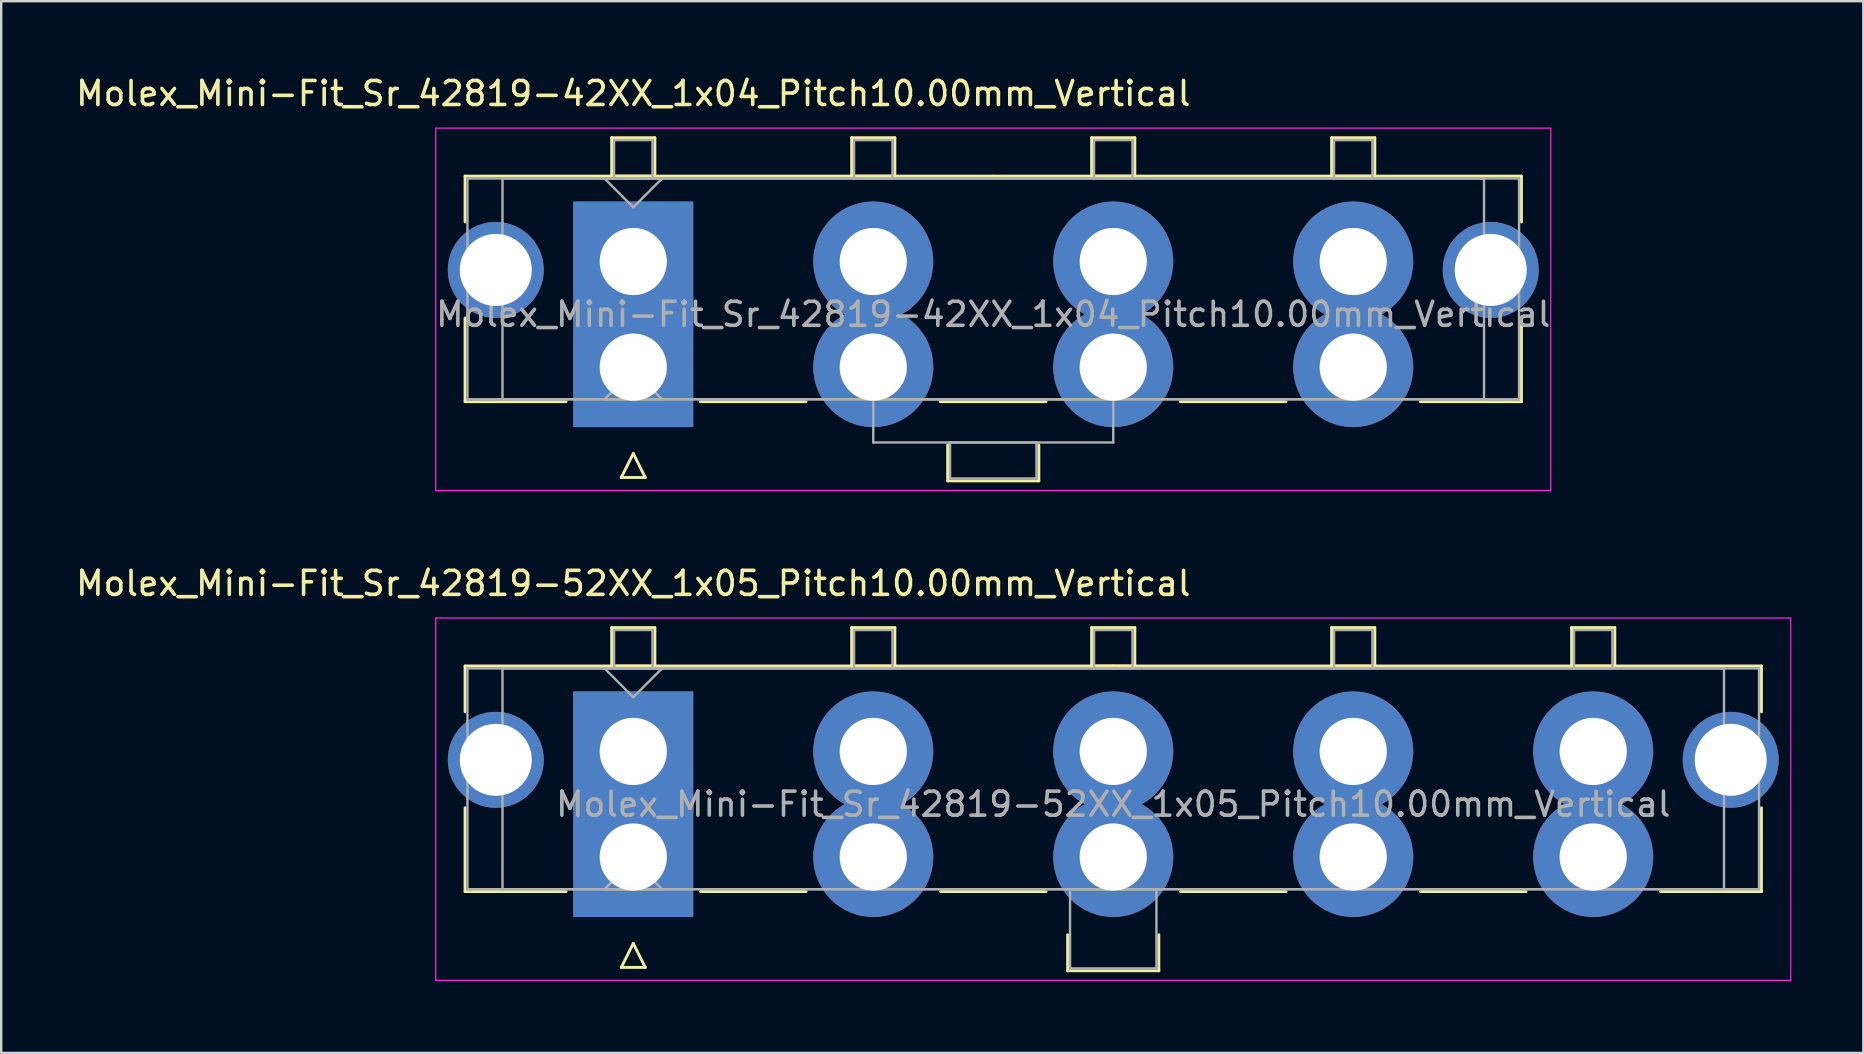
<source format=kicad_pcb>
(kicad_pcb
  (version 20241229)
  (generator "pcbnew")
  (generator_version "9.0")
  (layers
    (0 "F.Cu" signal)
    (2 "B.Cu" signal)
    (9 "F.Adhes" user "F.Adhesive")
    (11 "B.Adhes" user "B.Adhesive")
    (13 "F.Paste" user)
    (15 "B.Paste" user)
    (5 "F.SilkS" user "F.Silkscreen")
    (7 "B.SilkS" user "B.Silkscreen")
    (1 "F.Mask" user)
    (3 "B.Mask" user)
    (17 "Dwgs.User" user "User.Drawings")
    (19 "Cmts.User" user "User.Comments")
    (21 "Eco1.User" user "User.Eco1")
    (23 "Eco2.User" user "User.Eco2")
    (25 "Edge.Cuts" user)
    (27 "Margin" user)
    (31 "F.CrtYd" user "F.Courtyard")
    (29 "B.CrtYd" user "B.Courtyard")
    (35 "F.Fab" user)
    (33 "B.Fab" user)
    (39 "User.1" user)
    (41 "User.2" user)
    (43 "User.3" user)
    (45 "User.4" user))
  (footprint "Molex_Mini-Fit_Sr_42819-52XX_1x05_Pitch10.00mm_Vertical"
    (layer "F.Cu")
    (at 23.339 28.262)
    (property "Reference" "Molex_Mini-Fit_Sr_42819-52XX_1x05_Pitch10.00mm_Vertical" (at 0 -7 0) (layer "F.SilkS") (effects (font (size 1 1) (thickness 0.15))))
    (attr through_hole)
    (fp_line (start -7.01 -3.56) (end -7.01 -1.65) (stroke (width 0.12) (type solid)) (layer "F.SilkS"))
    (fp_line (start -7.01 2.35) (end -7.01 5.84) (stroke (width 0.12) (type solid)) (layer "F.SilkS"))
    (fp_line (start -7.01 5.84) (end -2.8 5.84) (stroke (width 0.12) (type solid)) (layer "F.SilkS"))
    (fp_line (start -0.9 -5.16) (end 0.9 -5.16) (stroke (width 0.12) (type solid)) (layer "F.SilkS"))
    (fp_line (start -0.9 -3.56) (end -0.9 -5.16) (stroke (width 0.12) (type solid)) (layer "F.SilkS"))
    (fp_line (start -0.5 9) (end 0 8) (stroke (width 0.12) (type solid)) (layer "F.SilkS"))
    (fp_line (start 0 8) (end 0.5 9) (stroke (width 0.12) (type solid)) (layer "F.SilkS"))
    (fp_line (start 0.5 9) (end -0.5 9) (stroke (width 0.12) (type solid)) (layer "F.SilkS"))
    (fp_line (start 0.9 -5.16) (end 0.9 -3.56) (stroke (width 0.12) (type solid)) (layer "F.SilkS"))
    (fp_line (start 0.9 -3.56) (end -0.9 -3.56) (stroke (width 0.12) (type solid)) (layer "F.SilkS"))
    (fp_line (start 2.8 5.84) (end 7.2 5.84) (stroke (width 0.12) (type solid)) (layer "F.SilkS"))
    (fp_line (start 9.1 -5.16) (end 10.9 -5.16) (stroke (width 0.12) (type solid)) (layer "F.SilkS"))
    (fp_line (start 9.1 -3.56) (end 9.1 -5.16) (stroke (width 0.12) (type solid)) (layer "F.SilkS"))
    (fp_line (start 10.9 -5.16) (end 10.9 -3.56) (stroke (width 0.12) (type solid)) (layer "F.SilkS"))
    (fp_line (start 10.9 -3.56) (end 9.1 -3.56) (stroke (width 0.12) (type solid)) (layer "F.SilkS"))
    (fp_line (start 12.8 5.84) (end 17.2 5.84) (stroke (width 0.12) (type solid)) (layer "F.SilkS"))
    (fp_line (start 18.1 7.64) (end 18.1 9.14) (stroke (width 0.12) (type solid)) (layer "F.SilkS"))
    (fp_line (start 18.1 9.14) (end 21.9 9.14) (stroke (width 0.12) (type solid)) (layer "F.SilkS"))
    (fp_line (start 19.1 -5.16) (end 20.9 -5.16) (stroke (width 0.12) (type solid)) (layer "F.SilkS"))
    (fp_line (start 19.1 -3.56) (end 19.1 -5.16) (stroke (width 0.12) (type solid)) (layer "F.SilkS"))
    (fp_line (start 20 -3.56) (end -7.01 -3.56) (stroke (width 0.12) (type solid)) (layer "F.SilkS"))
    (fp_line (start 20 -3.56) (end 47.01 -3.56) (stroke (width 0.12) (type solid)) (layer "F.SilkS"))
    (fp_line (start 20.9 -5.16) (end 20.9 -3.56) (stroke (width 0.12) (type solid)) (layer "F.SilkS"))
    (fp_line (start 20.9 -3.56) (end 19.1 -3.56) (stroke (width 0.12) (type solid)) (layer "F.SilkS"))
    (fp_line (start 21.9 9.14) (end 21.9 7.64) (stroke (width 0.12) (type solid)) (layer "F.SilkS"))
    (fp_line (start 22.8 5.84) (end 27.2 5.84) (stroke (width 0.12) (type solid)) (layer "F.SilkS"))
    (fp_line (start 29.1 -5.16) (end 30.9 -5.16) (stroke (width 0.12) (type solid)) (layer "F.SilkS"))
    (fp_line (start 29.1 -3.56) (end 29.1 -5.16) (stroke (width 0.12) (type solid)) (layer "F.SilkS"))
    (fp_line (start 30.9 -5.16) (end 30.9 -3.56) (stroke (width 0.12) (type solid)) (layer "F.SilkS"))
    (fp_line (start 30.9 -3.56) (end 29.1 -3.56) (stroke (width 0.12) (type solid)) (layer "F.SilkS"))
    (fp_line (start 32.8 5.84) (end 37.2 5.84) (stroke (width 0.12) (type solid)) (layer "F.SilkS"))
    (fp_line (start 39.1 -5.16) (end 40.9 -5.16) (stroke (width 0.12) (type solid)) (layer "F.SilkS"))
    (fp_line (start 39.1 -3.56) (end 39.1 -5.16) (stroke (width 0.12) (type solid)) (layer "F.SilkS"))
    (fp_line (start 40.9 -5.16) (end 40.9 -3.56) (stroke (width 0.12) (type solid)) (layer "F.SilkS"))
    (fp_line (start 40.9 -3.56) (end 39.1 -3.56) (stroke (width 0.12) (type solid)) (layer "F.SilkS"))
    (fp_line (start 47.01 -3.56) (end 47.01 -1.65) (stroke (width 0.12) (type solid)) (layer "F.SilkS"))
    (fp_line (start 47.01 2.35) (end 47.01 5.84) (stroke (width 0.12) (type solid)) (layer "F.SilkS"))
    (fp_line (start 47.01 5.84) (end 42.8 5.84) (stroke (width 0.12) (type solid)) (layer "F.SilkS"))
    (fp_line (start -8.23 -5.56) (end -8.23 9.54) (stroke (width 0.05) (type solid)) (layer "F.CrtYd"))
    (fp_line (start -8.23 9.54) (end 48.23 9.54) (stroke (width 0.05) (type solid)) (layer "F.CrtYd"))
    (fp_line (start 48.23 -5.56) (end -8.23 -5.56) (stroke (width 0.05) (type solid)) (layer "F.CrtYd"))
    (fp_line (start 48.23 9.54) (end 48.23 -5.56) (stroke (width 0.05) (type solid)) (layer "F.CrtYd"))
    (fp_line (start -6.91 -3.46) (end -6.91 5.74) (stroke (width 0.1) (type solid)) (layer "F.Fab"))
    (fp_line (start -6.91 5.74) (end 46.91 5.74) (stroke (width 0.1) (type solid)) (layer "F.Fab"))
    (fp_line (start -5.45 -3.46) (end -5.45 5.74) (stroke (width 0.1) (type solid)) (layer "F.Fab"))
    (fp_line (start -5.45 5.74) (end 45.45 5.74) (stroke (width 0.1) (type solid)) (layer "F.Fab"))
    (fp_line (start -1.2 -3.46) (end 0 -2.26) (stroke (width 0.1) (type solid)) (layer "F.Fab"))
    (fp_line (start -1.2 5.74) (end 0 4.54) (stroke (width 0.1) (type solid)) (layer "F.Fab"))
    (fp_line (start -0.8 -5.06) (end 0.8 -5.06) (stroke (width 0.1) (type solid)) (layer "F.Fab"))
    (fp_line (start -0.8 -3.46) (end -0.8 -5.06) (stroke (width 0.1) (type solid)) (layer "F.Fab"))
    (fp_line (start 0 -2.26) (end 1.2 -3.46) (stroke (width 0.1) (type solid)) (layer "F.Fab"))
    (fp_line (start 0 4.54) (end 1.2 5.74) (stroke (width 0.1) (type solid)) (layer "F.Fab"))
    (fp_line (start 0.8 -5.06) (end 0.8 -3.46) (stroke (width 0.1) (type solid)) (layer "F.Fab"))
    (fp_line (start 0.8 -3.46) (end -0.8 -3.46) (stroke (width 0.1) (type solid)) (layer "F.Fab"))
    (fp_line (start 1.2 -3.46) (end -1.2 -3.46) (stroke (width 0.1) (type solid)) (layer "F.Fab"))
    (fp_line (start 1.2 5.74) (end -1.2 5.74) (stroke (width 0.1) (type solid)) (layer "F.Fab"))
    (fp_line (start 9.2 -5.06) (end 10.8 -5.06) (stroke (width 0.1) (type solid)) (layer "F.Fab"))
    (fp_line (start 9.2 -3.46) (end 9.2 -5.06) (stroke (width 0.1) (type solid)) (layer "F.Fab"))
    (fp_line (start 10.8 -5.06) (end 10.8 -3.46) (stroke (width 0.1) (type solid)) (layer "F.Fab"))
    (fp_line (start 10.8 -3.46) (end 9.2 -3.46) (stroke (width 0.1) (type solid)) (layer "F.Fab"))
    (fp_line (start 18.2 5.74) (end 18.2 9.04) (stroke (width 0.1) (type solid)) (layer "F.Fab"))
    (fp_line (start 18.2 9.04) (end 21.8 9.04) (stroke (width 0.1) (type solid)) (layer "F.Fab"))
    (fp_line (start 19.2 -5.06) (end 20.8 -5.06) (stroke (width 0.1) (type solid)) (layer "F.Fab"))
    (fp_line (start 19.2 -3.46) (end 19.2 -5.06) (stroke (width 0.1) (type solid)) (layer "F.Fab"))
    (fp_line (start 20.8 -5.06) (end 20.8 -3.46) (stroke (width 0.1) (type solid)) (layer "F.Fab"))
    (fp_line (start 20.8 -3.46) (end 19.2 -3.46) (stroke (width 0.1) (type solid)) (layer "F.Fab"))
    (fp_line (start 21.8 5.74) (end 18.2 5.74) (stroke (width 0.1) (type solid)) (layer "F.Fab"))
    (fp_line (start 21.8 9.04) (end 21.8 5.74) (stroke (width 0.1) (type solid)) (layer "F.Fab"))
    (fp_line (start 29.2 -5.06) (end 30.8 -5.06) (stroke (width 0.1) (type solid)) (layer "F.Fab"))
    (fp_line (start 29.2 -3.46) (end 29.2 -5.06) (stroke (width 0.1) (type solid)) (layer "F.Fab"))
    (fp_line (start 30.8 -5.06) (end 30.8 -3.46) (stroke (width 0.1) (type solid)) (layer "F.Fab"))
    (fp_line (start 30.8 -3.46) (end 29.2 -3.46) (stroke (width 0.1) (type solid)) (layer "F.Fab"))
    (fp_line (start 39.2 -5.06) (end 40.8 -5.06) (stroke (width 0.1) (type solid)) (layer "F.Fab"))
    (fp_line (start 39.2 -3.46) (end 39.2 -5.06) (stroke (width 0.1) (type solid)) (layer "F.Fab"))
    (fp_line (start 40.8 -5.06) (end 40.8 -3.46) (stroke (width 0.1) (type solid)) (layer "F.Fab"))
    (fp_line (start 40.8 -3.46) (end 39.2 -3.46) (stroke (width 0.1) (type solid)) (layer "F.Fab"))
    (fp_line (start 45.45 -3.46) (end -5.45 -3.46) (stroke (width 0.1) (type solid)) (layer "F.Fab"))
    (fp_line (start 45.45 5.74) (end 45.45 -3.46) (stroke (width 0.1) (type solid)) (layer "F.Fab"))
    (fp_line (start 46.91 -3.46) (end -6.91 -3.46) (stroke (width 0.1) (type solid)) (layer "F.Fab"))
    (fp_line (start 46.91 5.74) (end 46.91 -3.46) (stroke (width 0.1) (type solid)) (layer "F.Fab"))
    (fp_text user "${REFERENCE}" (at 20 2.2 0) (layer "F.Fab") (effects (font (size 1 1) (thickness 0.15))))
    (pad "" thru_hole circle (at -5.73 0.35) (size 4 4) (drill 3) (layers "*.Cu" "*.Mask"))
    (pad "" thru_hole circle (at 45.73 0.35) (size 4 4) (drill 3) (layers "*.Cu" "*.Mask"))
    (pad "1" thru_hole rect (at 0 0) (size 5 5) (drill 2.8) (layers "*.Cu" "*.Mask"))
    (pad "1" thru_hole rect (at 0 4.4) (size 5 5) (drill 2.8) (layers "*.Cu" "*.Mask"))
    (pad "2" thru_hole circle (at 10 0) (size 5 5) (drill 2.8) (layers "*.Cu" "*.Mask"))
    (pad "2" thru_hole circle (at 10 4.4) (size 5 5) (drill 2.8) (layers "*.Cu" "*.Mask"))
    (pad "3" thru_hole circle (at 20 0) (size 5 5) (drill 2.8) (layers "*.Cu" "*.Mask"))
    (pad "3" thru_hole circle (at 20 4.4) (size 5 5) (drill 2.8) (layers "*.Cu" "*.Mask"))
    (pad "4" thru_hole circle (at 30 0) (size 5 5) (drill 2.8) (layers "*.Cu" "*.Mask"))
    (pad "4" thru_hole circle (at 30 4.4) (size 5 5) (drill 2.8) (layers "*.Cu" "*.Mask"))
    (pad "5" thru_hole circle (at 40 0) (size 5 5) (drill 2.8) (layers "*.Cu" "*.Mask"))
    (pad "5" thru_hole circle (at 40 4.4) (size 5 5) (drill 2.8) (layers "*.Cu" "*.Mask")))
  (footprint "Molex_Mini-Fit_Sr_42819-42XX_1x04_Pitch10.00mm_Vertical"
    (layer "F.Cu")
    (at 23.339 7.848)
    (property "Reference" "Molex_Mini-Fit_Sr_42819-42XX_1x04_Pitch10.00mm_Vertical" (at 0 -7 0) (layer "F.SilkS") (effects (font (size 1 1) (thickness 0.15))))
    (attr through_hole)
    (fp_line (start -7.01 -3.56) (end -7.01 -1.65) (stroke (width 0.12) (type solid)) (layer "F.SilkS"))
    (fp_line (start -7.01 2.35) (end -7.01 5.84) (stroke (width 0.12) (type solid)) (layer "F.SilkS"))
    (fp_line (start -7.01 5.84) (end -2.8 5.84) (stroke (width 0.12) (type solid)) (layer "F.SilkS"))
    (fp_line (start -0.9 -5.16) (end 0.9 -5.16) (stroke (width 0.12) (type solid)) (layer "F.SilkS"))
    (fp_line (start -0.9 -3.56) (end -0.9 -5.16) (stroke (width 0.12) (type solid)) (layer "F.SilkS"))
    (fp_line (start -0.5 9) (end 0 8) (stroke (width 0.12) (type solid)) (layer "F.SilkS"))
    (fp_line (start 0 8) (end 0.5 9) (stroke (width 0.12) (type solid)) (layer "F.SilkS"))
    (fp_line (start 0.5 9) (end -0.5 9) (stroke (width 0.12) (type solid)) (layer "F.SilkS"))
    (fp_line (start 0.9 -5.16) (end 0.9 -3.56) (stroke (width 0.12) (type solid)) (layer "F.SilkS"))
    (fp_line (start 0.9 -3.56) (end -0.9 -3.56) (stroke (width 0.12) (type solid)) (layer "F.SilkS"))
    (fp_line (start 2.8 5.84) (end 7.2 5.84) (stroke (width 0.12) (type solid)) (layer "F.SilkS"))
    (fp_line (start 9.1 -5.16) (end 10.9 -5.16) (stroke (width 0.12) (type solid)) (layer "F.SilkS"))
    (fp_line (start 9.1 -3.56) (end 9.1 -5.16) (stroke (width 0.12) (type solid)) (layer "F.SilkS"))
    (fp_line (start 10.9 -5.16) (end 10.9 -3.56) (stroke (width 0.12) (type solid)) (layer "F.SilkS"))
    (fp_line (start 10.9 -3.56) (end 9.1 -3.56) (stroke (width 0.12) (type solid)) (layer "F.SilkS"))
    (fp_line (start 12.8 5.84) (end 17.2 5.84) (stroke (width 0.12) (type solid)) (layer "F.SilkS"))
    (fp_line (start 13.1 7.64) (end 13.1 9.14) (stroke (width 0.12) (type solid)) (layer "F.SilkS"))
    (fp_line (start 13.1 9.14) (end 16.9 9.14) (stroke (width 0.12) (type solid)) (layer "F.SilkS"))
    (fp_line (start 15 -3.56) (end -7.01 -3.56) (stroke (width 0.12) (type solid)) (layer "F.SilkS"))
    (fp_line (start 15 -3.56) (end 37.01 -3.56) (stroke (width 0.12) (type solid)) (layer "F.SilkS"))
    (fp_line (start 16.9 9.14) (end 16.9 7.64) (stroke (width 0.12) (type solid)) (layer "F.SilkS"))
    (fp_line (start 19.1 -5.16) (end 20.9 -5.16) (stroke (width 0.12) (type solid)) (layer "F.SilkS"))
    (fp_line (start 19.1 -3.56) (end 19.1 -5.16) (stroke (width 0.12) (type solid)) (layer "F.SilkS"))
    (fp_line (start 20.9 -5.16) (end 20.9 -3.56) (stroke (width 0.12) (type solid)) (layer "F.SilkS"))
    (fp_line (start 20.9 -3.56) (end 19.1 -3.56) (stroke (width 0.12) (type solid)) (layer "F.SilkS"))
    (fp_line (start 22.8 5.84) (end 27.2 5.84) (stroke (width 0.12) (type solid)) (layer "F.SilkS"))
    (fp_line (start 29.1 -5.16) (end 30.9 -5.16) (stroke (width 0.12) (type solid)) (layer "F.SilkS"))
    (fp_line (start 29.1 -3.56) (end 29.1 -5.16) (stroke (width 0.12) (type solid)) (layer "F.SilkS"))
    (fp_line (start 30.9 -5.16) (end 30.9 -3.56) (stroke (width 0.12) (type solid)) (layer "F.SilkS"))
    (fp_line (start 30.9 -3.56) (end 29.1 -3.56) (stroke (width 0.12) (type solid)) (layer "F.SilkS"))
    (fp_line (start 37.01 -3.56) (end 37.01 -1.65) (stroke (width 0.12) (type solid)) (layer "F.SilkS"))
    (fp_line (start 37.01 2.35) (end 37.01 5.84) (stroke (width 0.12) (type solid)) (layer "F.SilkS"))
    (fp_line (start 37.01 5.84) (end 32.8 5.84) (stroke (width 0.12) (type solid)) (layer "F.SilkS"))
    (fp_line (start -8.23 -5.56) (end -8.23 9.54) (stroke (width 0.05) (type solid)) (layer "F.CrtYd"))
    (fp_line (start -8.23 9.54) (end 38.23 9.54) (stroke (width 0.05) (type solid)) (layer "F.CrtYd"))
    (fp_line (start 38.23 -5.56) (end -8.23 -5.56) (stroke (width 0.05) (type solid)) (layer "F.CrtYd"))
    (fp_line (start 38.23 9.54) (end 38.23 -5.56) (stroke (width 0.05) (type solid)) (layer "F.CrtYd"))
    (fp_line (start -6.91 -3.46) (end -6.91 5.74) (stroke (width 0.1) (type solid)) (layer "F.Fab"))
    (fp_line (start -6.91 5.74) (end 36.91 5.74) (stroke (width 0.1) (type solid)) (layer "F.Fab"))
    (fp_line (start -5.45 -3.46) (end -5.45 5.74) (stroke (width 0.1) (type solid)) (layer "F.Fab"))
    (fp_line (start -5.45 5.74) (end 35.45 5.74) (stroke (width 0.1) (type solid)) (layer "F.Fab"))
    (fp_line (start -1.2 -3.46) (end 0 -2.26) (stroke (width 0.1) (type solid)) (layer "F.Fab"))
    (fp_line (start -1.2 5.74) (end 0 4.54) (stroke (width 0.1) (type solid)) (layer "F.Fab"))
    (fp_line (start -0.8 -5.06) (end 0.8 -5.06) (stroke (width 0.1) (type solid)) (layer "F.Fab"))
    (fp_line (start -0.8 -3.46) (end -0.8 -5.06) (stroke (width 0.1) (type solid)) (layer "F.Fab"))
    (fp_line (start 0 -2.26) (end 1.2 -3.46) (stroke (width 0.1) (type solid)) (layer "F.Fab"))
    (fp_line (start 0 4.54) (end 1.2 5.74) (stroke (width 0.1) (type solid)) (layer "F.Fab"))
    (fp_line (start 0.8 -5.06) (end 0.8 -3.46) (stroke (width 0.1) (type solid)) (layer "F.Fab"))
    (fp_line (start 0.8 -3.46) (end -0.8 -3.46) (stroke (width 0.1) (type solid)) (layer "F.Fab"))
    (fp_line (start 1.2 -3.46) (end -1.2 -3.46) (stroke (width 0.1) (type solid)) (layer "F.Fab"))
    (fp_line (start 1.2 5.74) (end -1.2 5.74) (stroke (width 0.1) (type solid)) (layer "F.Fab"))
    (fp_line (start 9.2 -5.06) (end 10.8 -5.06) (stroke (width 0.1) (type solid)) (layer "F.Fab"))
    (fp_line (start 9.2 -3.46) (end 9.2 -5.06) (stroke (width 0.1) (type solid)) (layer "F.Fab"))
    (fp_line (start 10 5.74) (end 10 7.54) (stroke (width 0.1) (type solid)) (layer "F.Fab"))
    (fp_line (start 10 7.54) (end 20 7.54) (stroke (width 0.1) (type solid)) (layer "F.Fab"))
    (fp_line (start 10.8 -5.06) (end 10.8 -3.46) (stroke (width 0.1) (type solid)) (layer "F.Fab"))
    (fp_line (start 10.8 -3.46) (end 9.2 -3.46) (stroke (width 0.1) (type solid)) (layer "F.Fab"))
    (fp_line (start 13.2 7.54) (end 13.2 9.04) (stroke (width 0.1) (type solid)) (layer "F.Fab"))
    (fp_line (start 13.2 9.04) (end 16.8 9.04) (stroke (width 0.1) (type solid)) (layer "F.Fab"))
    (fp_line (start 16.8 7.54) (end 13.2 7.54) (stroke (width 0.1) (type solid)) (layer "F.Fab"))
    (fp_line (start 16.8 9.04) (end 16.8 7.54) (stroke (width 0.1) (type solid)) (layer "F.Fab"))
    (fp_line (start 19.2 -5.06) (end 20.8 -5.06) (stroke (width 0.1) (type solid)) (layer "F.Fab"))
    (fp_line (start 19.2 -3.46) (end 19.2 -5.06) (stroke (width 0.1) (type solid)) (layer "F.Fab"))
    (fp_line (start 20 5.74) (end 10 5.74) (stroke (width 0.1) (type solid)) (layer "F.Fab"))
    (fp_line (start 20 7.54) (end 20 5.74) (stroke (width 0.1) (type solid)) (layer "F.Fab"))
    (fp_line (start 20.8 -5.06) (end 20.8 -3.46) (stroke (width 0.1) (type solid)) (layer "F.Fab"))
    (fp_line (start 20.8 -3.46) (end 19.2 -3.46) (stroke (width 0.1) (type solid)) (layer "F.Fab"))
    (fp_line (start 29.2 -5.06) (end 30.8 -5.06) (stroke (width 0.1) (type solid)) (layer "F.Fab"))
    (fp_line (start 29.2 -3.46) (end 29.2 -5.06) (stroke (width 0.1) (type solid)) (layer "F.Fab"))
    (fp_line (start 30.8 -5.06) (end 30.8 -3.46) (stroke (width 0.1) (type solid)) (layer "F.Fab"))
    (fp_line (start 30.8 -3.46) (end 29.2 -3.46) (stroke (width 0.1) (type solid)) (layer "F.Fab"))
    (fp_line (start 35.45 -3.46) (end -5.45 -3.46) (stroke (width 0.1) (type solid)) (layer "F.Fab"))
    (fp_line (start 35.45 5.74) (end 35.45 -3.46) (stroke (width 0.1) (type solid)) (layer "F.Fab"))
    (fp_line (start 36.91 -3.46) (end -6.91 -3.46) (stroke (width 0.1) (type solid)) (layer "F.Fab"))
    (fp_line (start 36.91 5.74) (end 36.91 -3.46) (stroke (width 0.1) (type solid)) (layer "F.Fab"))
    (fp_text user "${REFERENCE}" (at 15 2.2 0) (layer "F.Fab") (effects (font (size 1 1) (thickness 0.15))))
    (pad "" thru_hole circle (at -5.73 0.35) (size 4 4) (drill 3) (layers "*.Cu" "*.Mask"))
    (pad "" thru_hole circle (at 35.73 0.35) (size 4 4) (drill 3) (layers "*.Cu" "*.Mask"))
    (pad "1" thru_hole rect (at 0 0) (size 5 5) (drill 2.8) (layers "*.Cu" "*.Mask"))
    (pad "1" thru_hole rect (at 0 4.4) (size 5 5) (drill 2.8) (layers "*.Cu" "*.Mask"))
    (pad "2" thru_hole circle (at 10 0) (size 5 5) (drill 2.8) (layers "*.Cu" "*.Mask"))
    (pad "2" thru_hole circle (at 10 4.4) (size 5 5) (drill 2.8) (layers "*.Cu" "*.Mask"))
    (pad "3" thru_hole circle (at 20 0) (size 5 5) (drill 2.8) (layers "*.Cu" "*.Mask"))
    (pad "3" thru_hole circle (at 20 4.4) (size 5 5) (drill 2.8) (layers "*.Cu" "*.Mask"))
    (pad "4" thru_hole circle (at 30 0) (size 5 5) (drill 2.8) (layers "*.Cu" "*.Mask"))
    (pad "4" thru_hole circle (at 30 4.4) (size 5 5) (drill 2.8) (layers "*.Cu" "*.Mask")))
  (gr_rect
    (start -3 -3)
    (end 74.594 40.827)
    (stroke (width 0.1) (type default))
    (fill no)
    (layer "Edge.Cuts")))
</source>
